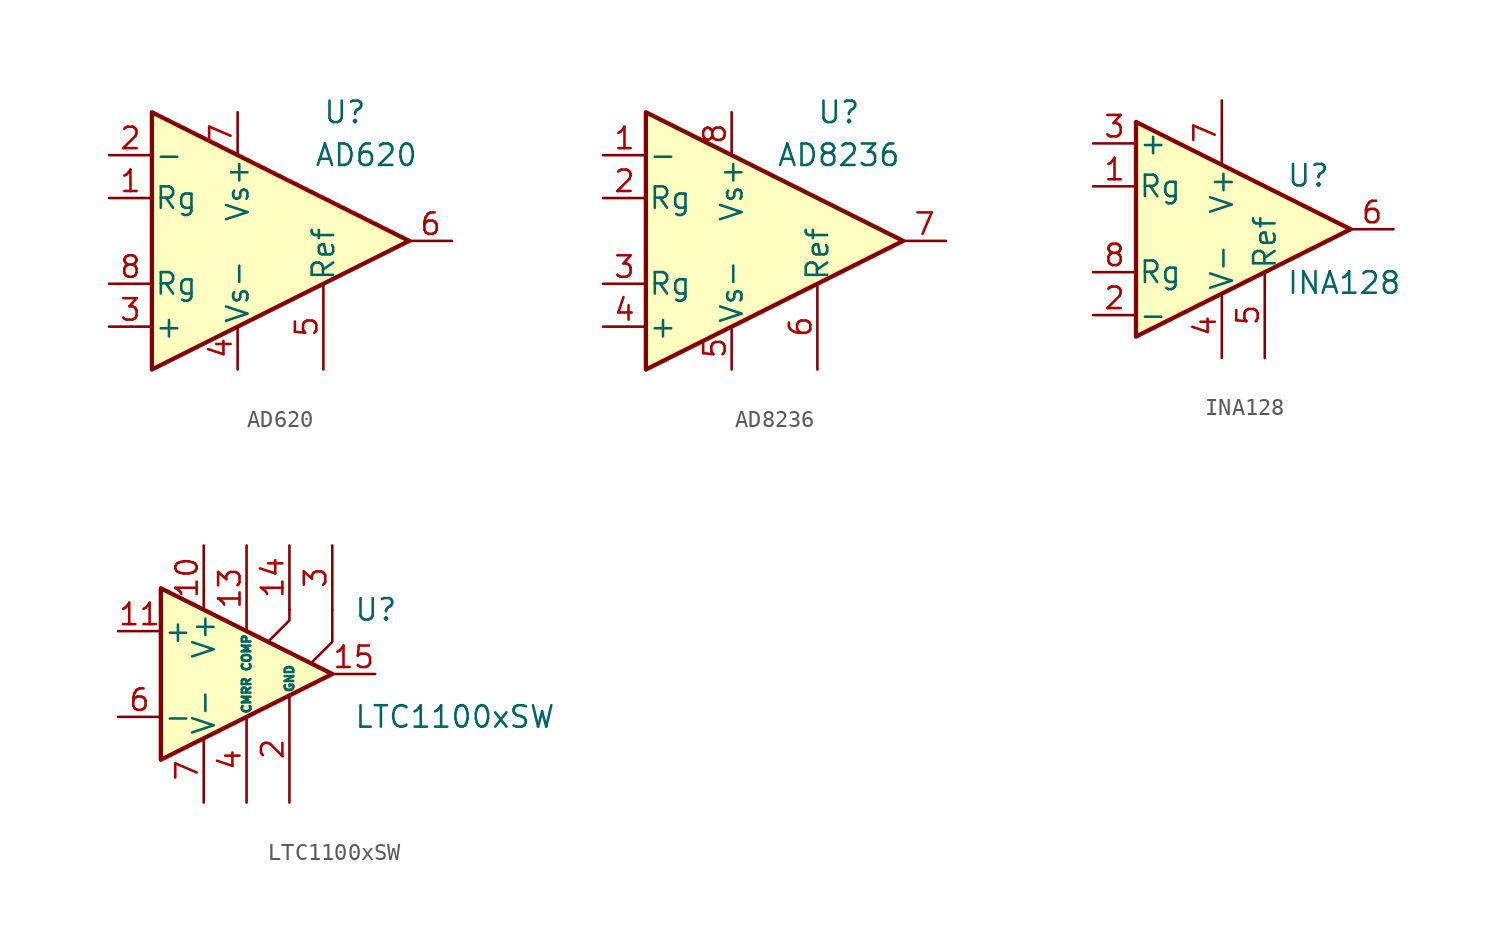
<source format=kicad_sym>
(kicad_symbol_lib
  (version 20200908)
  (generator kicad_symbol_editor)
  (symbol "Amplifier_Instrumentation:AD620"
    (pin_names
      (offset 0.127))
    (property "Reference" "U"
      (at 3.81 7.62 0)
      (effects (font (size 1.27 1.27))))
    (property "Value" "AD620"
      (at 5.08 5.08 0)
      (effects (font (size 1.27 1.27))))
    (symbol "AD620_0_1"
      (polyline (pts (xy -7.62 7.62) (xy -7.62 -7.62) (xy 7.62 0) (xy -7.62 7.62)) (stroke (width 0.254)) (fill (type background))))
    (symbol "AD620_1_1"
      (pin passive line (at -10.16 2.54 0) (length 2.54) (name "Rg" (effects (font (size 1.27 1.27)))) (number "1" (effects (font (size 1.27 1.27)))))
      (pin input line (at -10.16 5.08 0) (length 2.54) (name "-" (effects (font (size 1.27 1.27)))) (number "2" (effects (font (size 1.27 1.27)))))
      (pin input line (at -10.16 -5.08 0) (length 2.54) (name "+" (effects (font (size 1.27 1.27)))) (number "3" (effects (font (size 1.27 1.27)))))
      (pin power_in line (at -2.54 -7.62 90) (length 2.54) (name "Vs-" (effects (font (size 1.27 1.27)))) (number "4" (effects (font (size 1.27 1.27)))))
      (pin passive line (at 2.54 -7.62 90) (length 5.08) (name "Ref" (effects (font (size 1.27 1.27)))) (number "5" (effects (font (size 1.27 1.27)))))
      (pin output line (at 10.16 0 180) (length 2.54) (name "~" (effects (font (size 1.27 1.27)))) (number "6" (effects (font (size 1.27 1.27)))))
      (pin power_in line (at -2.54 7.62 270) (length 2.54) (name "Vs+" (effects (font (size 1.27 1.27)))) (number "7" (effects (font (size 1.27 1.27)))))
      (pin passive line (at -10.16 -2.54 0) (length 2.54) (name "Rg" (effects (font (size 1.27 1.27)))) (number "8" (effects (font (size 1.27 1.27)))))))
  (symbol "Amplifier_Instrumentation:AD8236"
    (pin_names
      (offset 0.127))
    (property "Reference" "U"
      (at 3.81 7.62 0)
      (effects (font (size 1.27 1.27))))
    (property "Value" "AD8236"
      (at 3.81 5.08 0)
      (effects (font (size 1.27 1.27))))
    (symbol "AD8236_0_1"
      (polyline (pts (xy -7.62 7.62) (xy -7.62 -7.62) (xy 7.62 0) (xy -7.62 7.62)) (stroke (width 0.254)) (fill (type background))))
    (symbol "AD8236_1_1"
      (pin input line (at -10.16 5.08 0) (length 2.54) (name "-" (effects (font (size 1.27 1.27)))) (number "1" (effects (font (size 1.27 1.27)))))
      (pin passive line (at -10.16 2.54 0) (length 2.54) (name "Rg" (effects (font (size 1.27 1.27)))) (number "2" (effects (font (size 1.27 1.27)))))
      (pin passive line (at -10.16 -2.54 0) (length 2.54) (name "Rg" (effects (font (size 1.27 1.27)))) (number "3" (effects (font (size 1.27 1.27)))))
      (pin input line (at -10.16 -5.08 0) (length 2.54) (name "+" (effects (font (size 1.27 1.27)))) (number "4" (effects (font (size 1.27 1.27)))))
      (pin power_in line (at -2.54 -7.62 90) (length 2.54) (name "Vs-" (effects (font (size 1.27 1.27)))) (number "5" (effects (font (size 1.27 1.27)))))
      (pin passive line (at 2.54 -7.62 90) (length 5.08) (name "Ref" (effects (font (size 1.27 1.27)))) (number "6" (effects (font (size 1.27 1.27)))))
      (pin output line (at 10.16 0 180) (length 2.54) (name "~" (effects (font (size 1.27 1.27)))) (number "7" (effects (font (size 1.27 1.27)))))
      (pin power_in line (at -2.54 7.62 270) (length 2.54) (name "Vs+" (effects (font (size 1.27 1.27)))) (number "8" (effects (font (size 1.27 1.27)))))))
  (symbol "Amplifier_Instrumentation:INA128"
    (pin_names
      (offset 0.127))
    (property "Reference" "U"
      (at 3.81 3.175 0)
      (effects (font (size 1.27 1.27)) (justify left)))
    (property "Value" "INA128"
      (at 3.81 -3.175 0)
      (effects (font (size 1.27 1.27)) (justify left)))
    (symbol "INA128_0_1"
      (polyline (pts (xy 7.62 0) (xy -5.08 6.35) (xy -5.08 -6.35) (xy 7.62 0)) (stroke (width 0.254)) (fill (type background))))
    (symbol "INA128_1_1"
      (pin passive line (at -7.62 2.54 0) (length 2.54) (name "Rg" (effects (font (size 1.27 1.27)))) (number "1" (effects (font (size 1.27 1.27)))))
      (pin input line (at -7.62 -5.08 0) (length 2.54) (name "-" (effects (font (size 1.27 1.27)))) (number "2" (effects (font (size 1.27 1.27)))))
      (pin input line (at -7.62 5.08 0) (length 2.54) (name "+" (effects (font (size 1.27 1.27)))) (number "3" (effects (font (size 1.27 1.27)))))
      (pin power_in line (at 0 -7.62 90) (length 3.81) (name "V-" (effects (font (size 1.27 1.27)))) (number "4" (effects (font (size 1.27 1.27)))))
      (pin input line (at 2.54 -7.62 90) (length 5.08) (name "Ref" (effects (font (size 1.27 1.27)))) (number "5" (effects (font (size 1.27 1.27)))))
      (pin output line (at 10.16 0 180) (length 2.54) (name "~" (effects (font (size 1.27 1.27)))) (number "6" (effects (font (size 1.27 1.27)))))
      (pin power_in line (at 0 7.62 270) (length 3.81) (name "V+" (effects (font (size 1.27 1.27)))) (number "7" (effects (font (size 1.27 1.27)))))
      (pin passive line (at -7.62 -2.54 0) (length 2.54) (name "Rg" (effects (font (size 1.27 1.27)))) (number "8" (effects (font (size 1.27 1.27)))))))
  (symbol "Amplifier_Instrumentation:LTC1100xSW"
    (pin_names
      (offset 0.127))
    (property "Reference" "U"
      (at 6.35 3.81 0)
      (effects (font (size 1.27 1.27)) (justify left)))
    (property "Value" "LTC1100xSW"
      (at 6.35 -2.54 0)
      (effects (font (size 1.27 1.27)) (justify left)))
    (symbol "LTC1100xSW_0_1"
      (polyline (pts (xy 1.27 1.905) (xy 2.54 3.175) (xy 2.54 3.81)) (stroke (width 0.152)) (fill (type none)))
      (polyline (pts (xy 3.81 0.635) (xy 5.08 1.905) (xy 5.08 3.81)) (stroke (width 0.152)) (fill (type none)))
      (polyline (pts (xy -5.08 5.08) (xy 5.08 0) (xy -5.08 -5.08) (xy -5.08 5.08)) (stroke (width 0.254)) (fill (type background))))
    (symbol "LTC1100xSW_1_1"
      (pin unconnected line (at -5.08 2.54 270) (length 2.54) hide (name "NC" (effects (font (size 1.27 1.27)))) (number "1" (effects (font (size 1.27 1.27)))))
      (pin power_in line (at -2.54 7.62 270) (length 3.81) (name "V+" (effects (font (size 1.27 1.27)))) (number "10" (effects (font (size 1.27 1.27)))))
      (pin input line (at -7.62 2.54 0) (length 2.54) (name "+" (effects (font (size 1.27 1.27)))) (number "11" (effects (font (size 1.27 1.27)))))
      (pin unconnected line (at -2.54 -2.54 90) (length 2.54) hide (name "NC" (effects (font (size 1.27 1.27)))) (number "12" (effects (font (size 1.27 1.27)))))
      (pin input line (at 0 7.62 270) (length 5.08) (name "COMP" (effects (font (size 0.508 0.508)))) (number "13" (effects (font (size 1.27 1.27)))))
      (pin passive line (at 2.54 7.62 270) (length 3.81) (name "~" (effects (font (size 1.27 1.27)))) (number "14" (effects (font (size 1.27 1.27)))))
      (pin output line (at 7.62 0 180) (length 2.54) (name "~" (effects (font (size 1.27 1.27)))) (number "15" (effects (font (size 1.27 1.27)))))
      (pin unconnected line (at 0 -2.54 90) (length 2.54) hide (name "NC" (effects (font (size 1.27 1.27)))) (number "16" (effects (font (size 1.27 1.27)))))
      (pin input line (at 2.54 -7.62 90) (length 6.35) (name "GND" (effects (font (size 0.508 0.508)))) (number "2" (effects (font (size 1.27 1.27)))))
      (pin passive line (at 5.08 7.62 270) (length 3.81) (name "~" (effects (font (size 1.27 1.27)))) (number "3" (effects (font (size 1.27 1.27)))))
      (pin input line (at 0 -7.62 90) (length 5.08) (name "CMRR" (effects (font (size 0.508 0.508)))) (number "4" (effects (font (size 1.27 1.27)))))
      (pin unconnected line (at -2.54 2.54 270) (length 2.54) hide (name "NC" (effects (font (size 1.27 1.27)))) (number "5" (effects (font (size 1.27 1.27)))))
      (pin input line (at -7.62 -2.54 0) (length 2.54) (name "-" (effects (font (size 1.27 1.27)))) (number "6" (effects (font (size 1.27 1.27)))))
      (pin power_in line (at -2.54 -7.62 90) (length 3.81) (name "V-" (effects (font (size 1.27 1.27)))) (number "7" (effects (font (size 1.27 1.27)))))
      (pin unconnected line (at 0 2.54 270) (length 2.54) hide (name "NC" (effects (font (size 1.27 1.27)))) (number "8" (effects (font (size 1.27 1.27)))))
      (pin unconnected line (at -5.08 -2.54 90) (length 2.54) hide (name "NC" (effects (font (size 1.27 1.27)))) (number "9" (effects (font (size 1.27 1.27))))))))
</source>
